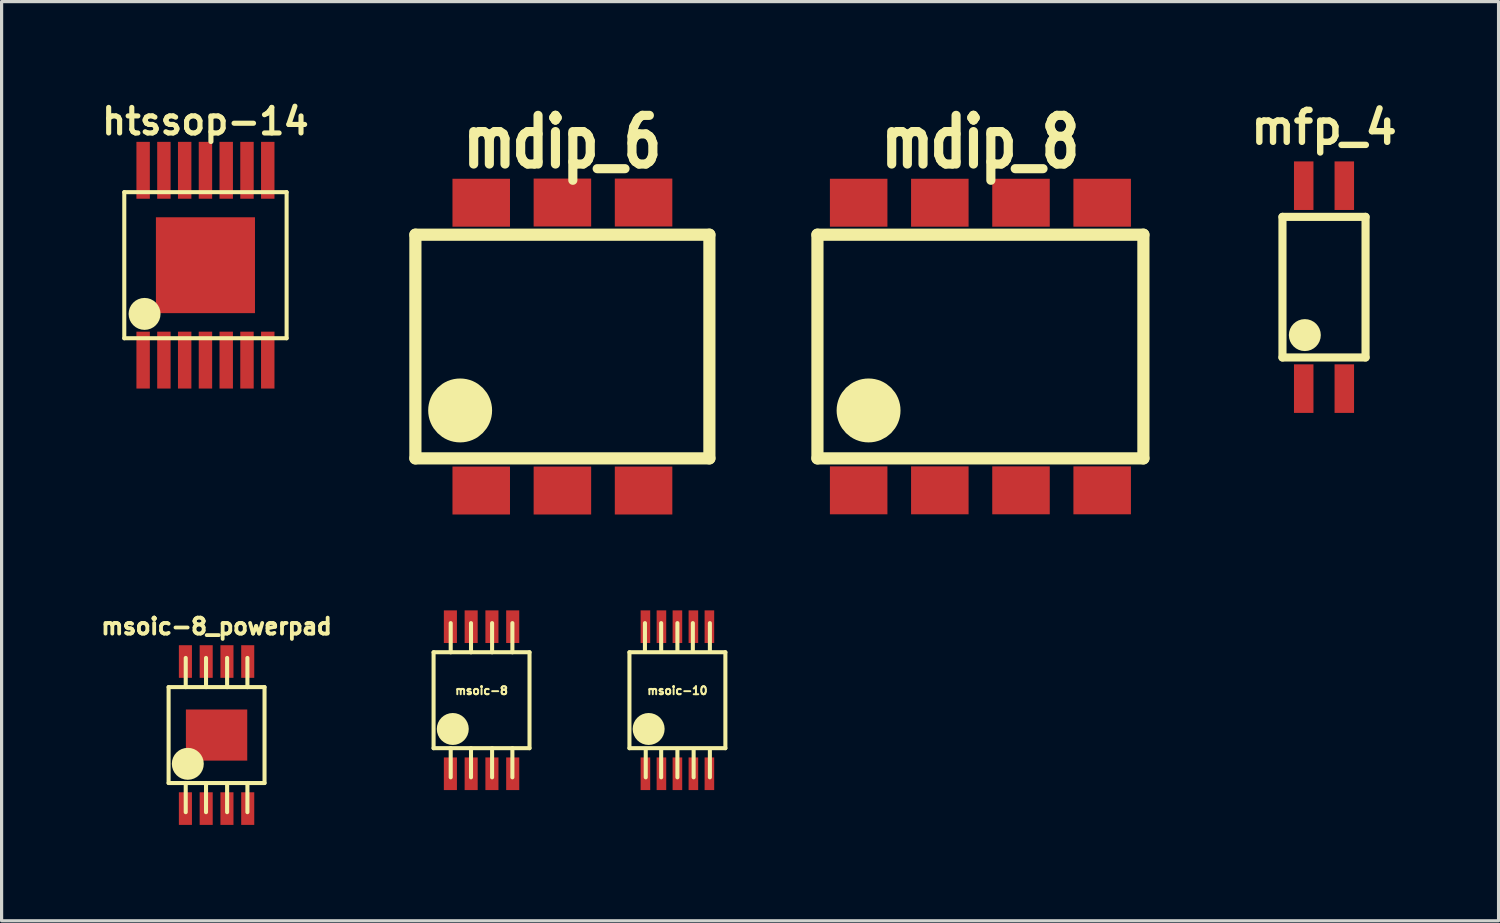
<source format=kicad_pcb>
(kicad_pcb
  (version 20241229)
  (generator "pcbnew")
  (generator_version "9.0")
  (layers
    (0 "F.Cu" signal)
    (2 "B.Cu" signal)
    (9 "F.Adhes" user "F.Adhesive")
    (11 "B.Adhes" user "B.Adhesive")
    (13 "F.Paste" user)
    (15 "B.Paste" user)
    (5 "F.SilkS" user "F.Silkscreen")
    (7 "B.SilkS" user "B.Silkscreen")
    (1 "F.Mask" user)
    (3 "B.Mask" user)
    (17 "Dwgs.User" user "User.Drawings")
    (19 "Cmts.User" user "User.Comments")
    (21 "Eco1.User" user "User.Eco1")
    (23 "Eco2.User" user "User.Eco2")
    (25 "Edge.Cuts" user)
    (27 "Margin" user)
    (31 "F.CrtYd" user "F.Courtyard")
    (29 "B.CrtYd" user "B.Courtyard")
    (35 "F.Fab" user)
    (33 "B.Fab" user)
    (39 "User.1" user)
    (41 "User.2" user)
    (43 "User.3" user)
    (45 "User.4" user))
  (footprint "htssop-14"
    (layer "F.Cu")
    (at 3.379 5.249)
    (property "Reference" "htssop-14" (at 0 -4.5 0) (layer "F.SilkS") (effects (font (size 0.8 0.8) (thickness 0.16))))
    (attr smd)
    (fp_line (start -2.54 -2.286) (end -2.54 2.286) (stroke (width 0.127) (type solid)) (layer "F.SilkS"))
    (fp_line (start -2.54 2.286) (end 2.54 2.286) (stroke (width 0.127) (type solid)) (layer "F.SilkS"))
    (fp_line (start 2.54 -2.286) (end -2.54 -2.286) (stroke (width 0.127) (type solid)) (layer "F.SilkS"))
    (fp_line (start 2.54 2.286) (end 2.54 -2.286) (stroke (width 0.127) (type solid)) (layer "F.SilkS"))
    (fp_circle (center -1.905 1.524) (end -1.655 1.524) (stroke (width 0.5) (type solid)) (fill no) (layer "F.SilkS"))
    (pad "1" smd rect (at -1.95 2.97) (size 0.42 1.78) (layers "F.Cu" "F.Mask" "F.Paste"))
    (pad "2" smd rect (at -1.3 2.97) (size 0.42 1.78) (layers "F.Cu" "F.Mask" "F.Paste"))
    (pad "3" smd rect (at -0.65 2.97) (size 0.42 1.78) (layers "F.Cu" "F.Mask" "F.Paste"))
    (pad "4" smd rect (at 0 2.97) (size 0.42 1.78) (layers "F.Cu" "F.Mask" "F.Paste"))
    (pad "5" smd rect (at 0.65 2.97) (size 0.42 1.78) (layers "F.Cu" "F.Mask" "F.Paste"))
    (pad "6" smd rect (at 1.3 2.97) (size 0.42 1.78) (layers "F.Cu" "F.Mask" "F.Paste"))
    (pad "7" smd rect (at 1.95 2.97) (size 0.42 1.78) (layers "F.Cu" "F.Mask" "F.Paste"))
    (pad "8" smd rect (at 1.95 -2.97) (size 0.42 1.78) (layers "F.Cu" "F.Mask" "F.Paste"))
    (pad "9" smd rect (at 1.3 -2.97) (size 0.42 1.78) (layers "F.Cu" "F.Mask" "F.Paste"))
    (pad "10" smd rect (at 0.65 -2.97) (size 0.42 1.78) (layers "F.Cu" "F.Mask" "F.Paste"))
    (pad "11" smd rect (at 0 -2.97) (size 0.42 1.78) (layers "F.Cu" "F.Mask" "F.Paste"))
    (pad "12" smd rect (at -0.65 -2.97) (size 0.42 1.78) (layers "F.Cu" "F.Mask" "F.Paste"))
    (pad "13" smd rect (at -1.3 -2.97) (size 0.42 1.78) (layers "F.Cu" "F.Mask" "F.Paste"))
    (pad "14" smd rect (at -1.95 -2.97) (size 0.42 1.78) (layers "F.Cu" "F.Mask" "F.Paste"))
    (pad "15" smd rect (at 0 0) (size 3.1 3) (layers "F.Cu" "F.Mask" "F.Paste")))
  (footprint "mfp_4"
    (layer "F.Cu")
    (at 38.382 5.936)
    (property "Reference" "mfp_4" (at 0 -5 0) (layer "F.SilkS") (effects (font (size 1 1) (thickness 0.2))))
    (attr smd)
    (fp_line (start -1.3 -2.2) (end -1.3 2.2) (stroke (width 0.254) (type solid)) (layer "F.SilkS"))
    (fp_line (start -1.3 2.2) (end 1.3 2.2) (stroke (width 0.254) (type solid)) (layer "F.SilkS"))
    (fp_line (start 1.3 -2.2) (end -1.3 -2.2) (stroke (width 0.254) (type solid)) (layer "F.SilkS"))
    (fp_line (start 1.3 2.2) (end 1.3 -2.2) (stroke (width 0.254) (type solid)) (layer "F.SilkS"))
    (fp_circle (center -0.6 1.5) (end -0.35 1.5) (stroke (width 0.5) (type solid)) (fill no) (layer "F.SilkS"))
    (pad "1" smd rect (at -0.635 3.175) (size 0.61 1.52) (layers "F.Cu" "F.Mask" "F.Paste"))
    (pad "2" smd rect (at 0.635 3.175) (size 0.61 1.52) (layers "F.Cu" "F.Mask" "F.Paste"))
    (pad "3" smd rect (at 0.635 -3.175) (size 0.61 1.52) (layers "F.Cu" "F.Mask" "F.Paste"))
    (pad "4" smd rect (at -0.635 -3.175) (size 0.61 1.52) (layers "F.Cu" "F.Mask" "F.Paste")))
  (footprint "mdip_8"
    (layer "F.Cu")
    (at 27.63 7.794)
    (property "Reference" "mdip_8" (at 0 -6.401 0) (layer "F.SilkS") (effects (font (size 1.524 1.143) (thickness 0.287))))
    (attr smd)
    (fp_line (start -5.1 -3.5) (end -5.1 3.5) (stroke (width 0.381) (type solid)) (layer "F.SilkS"))
    (fp_line (start -5.1 3.5) (end 5.1 3.5) (stroke (width 0.381) (type solid)) (layer "F.SilkS"))
    (fp_line (start 5.1 -3.5) (end -5.1 -3.5) (stroke (width 0.381) (type solid)) (layer "F.SilkS"))
    (fp_line (start 5.1 3.5) (end 5.1 -3.5) (stroke (width 0.381) (type solid)) (layer "F.SilkS"))
    (fp_circle (center -3.5 2) (end -3 2) (stroke (width 1) (type solid)) (fill no) (layer "F.SilkS"))
    (pad "1" smd rect (at -3.81 4.5) (size 1.8 1.5) (layers "F.Cu" "F.Mask" "F.Paste"))
    (pad "2" smd rect (at -1.27 4.5) (size 1.8 1.5) (layers "F.Cu" "F.Mask" "F.Paste"))
    (pad "3" smd rect (at 1.27 4.5) (size 1.8 1.5) (layers "F.Cu" "F.Mask" "F.Paste"))
    (pad "4" smd rect (at 3.81 4.5) (size 1.8 1.5) (layers "F.Cu" "F.Mask" "F.Paste"))
    (pad "5" smd rect (at 3.81 -4.5) (size 1.8 1.5) (layers "F.Cu" "F.Mask" "F.Paste"))
    (pad "6" smd rect (at 1.27 -4.5) (size 1.8 1.5) (layers "F.Cu" "F.Mask" "F.Paste"))
    (pad "7" smd rect (at -1.27 -4.5) (size 1.8 1.5) (layers "F.Cu" "F.Mask" "F.Paste"))
    (pad "8" smd rect (at -3.81 -4.5) (size 1.8 1.5) (layers "F.Cu" "F.Mask" "F.Paste")))
  (footprint "mdip_6"
    (layer "F.Cu")
    (at 14.549 7.794)
    (property "Reference" "mdip_6" (at 0 -6.401 0) (layer "F.SilkS") (effects (font (size 1.524 1.143) (thickness 0.287))))
    (attr smd)
    (fp_line (start -4.6 -3.5) (end -4.6 3.5) (stroke (width 0.381) (type solid)) (layer "F.SilkS"))
    (fp_line (start -4.6 3.5) (end 4.6 3.5) (stroke (width 0.381) (type solid)) (layer "F.SilkS"))
    (fp_line (start 4.6 -3.5) (end -4.6 -3.5) (stroke (width 0.381) (type solid)) (layer "F.SilkS"))
    (fp_line (start 4.6 3.5) (end 4.6 -3.5) (stroke (width 0.381) (type solid)) (layer "F.SilkS"))
    (fp_circle (center -3.2 2) (end -2.7 2) (stroke (width 1) (type solid)) (fill no) (layer "F.SilkS"))
    (pad "1" smd rect (at -2.54 4.506) (size 1.8 1.5) (layers "F.Cu" "F.Mask" "F.Paste"))
    (pad "2" smd rect (at 0 4.506) (size 1.8 1.5) (layers "F.Cu" "F.Mask" "F.Paste"))
    (pad "3" smd rect (at 2.54 4.506) (size 1.8 1.5) (layers "F.Cu" "F.Mask" "F.Paste"))
    (pad "4" smd rect (at 2.54 -4.506) (size 1.8 1.5) (layers "F.Cu" "F.Mask" "F.Paste"))
    (pad "5" smd rect (at 0 -4.506) (size 1.8 1.5) (layers "F.Cu" "F.Mask" "F.Paste"))
    (pad "6" smd rect (at -2.54 -4.5) (size 1.8 1.5) (layers "F.Cu" "F.Mask" "F.Paste")))
  (footprint "msoic-10"
    (layer "F.Cu")
    (at 18.148 18.862)
    (property "Reference" "msoic-10" (at 0 -0.3 0) (layer "F.SilkS") (effects (font (size 0.249 0.249) (thickness 0.061))))
    (attr smd)
    (fp_line (start -1.501 -1.501) (end -1.501 1.501) (stroke (width 0.127) (type solid)) (layer "F.SilkS"))
    (fp_line (start -1.501 1.501) (end 1.501 1.501) (stroke (width 0.127) (type solid)) (layer "F.SilkS"))
    (fp_line (start -1.016 -2.413) (end -1.016 -1.524) (stroke (width 0.127) (type solid)) (layer "F.SilkS"))
    (fp_line (start -0.991 2.413) (end -0.991 1.524) (stroke (width 0.127) (type solid)) (layer "F.SilkS"))
    (fp_line (start -0.508 -2.413) (end -0.508 -1.524) (stroke (width 0.127) (type solid)) (layer "F.SilkS"))
    (fp_line (start -0.508 2.413) (end -0.508 1.524) (stroke (width 0.127) (type solid)) (layer "F.SilkS"))
    (fp_line (start 0 -2.413) (end 0 -1.524) (stroke (width 0.127) (type solid)) (layer "F.SilkS"))
    (fp_line (start 0 2.413) (end 0 1.524) (stroke (width 0.127) (type solid)) (layer "F.SilkS"))
    (fp_line (start 0.483 -2.413) (end 0.483 -1.524) (stroke (width 0.127) (type solid)) (layer "F.SilkS"))
    (fp_line (start 0.508 2.413) (end 0.508 1.524) (stroke (width 0.127) (type solid)) (layer "F.SilkS"))
    (fp_line (start 1.016 -2.413) (end 1.016 -1.524) (stroke (width 0.127) (type solid)) (layer "F.SilkS"))
    (fp_line (start 1.016 2.413) (end 1.016 1.524) (stroke (width 0.127) (type solid)) (layer "F.SilkS"))
    (fp_line (start 1.501 -1.501) (end -1.501 -1.501) (stroke (width 0.127) (type solid)) (layer "F.SilkS"))
    (fp_line (start 1.501 1.501) (end 1.501 -1.501) (stroke (width 0.127) (type solid)) (layer "F.SilkS"))
    (fp_circle (center -0.9 0.9) (end -0.65 0.9) (stroke (width 0.5) (type solid)) (fill no) (layer "F.SilkS"))
    (pad "1" smd rect (at -1.001 2.301) (size 0.3 1.021) (layers "F.Cu" "F.Mask" "F.Paste"))
    (pad "2" smd rect (at -0.5 2.301) (size 0.3 1.021) (layers "F.Cu" "F.Mask" "F.Paste"))
    (pad "3" smd rect (at 0 2.301) (size 0.3 1.021) (layers "F.Cu" "F.Mask" "F.Paste"))
    (pad "4" smd rect (at 0.5 2.301) (size 0.3 1.021) (layers "F.Cu" "F.Mask" "F.Paste"))
    (pad "5" smd rect (at 1.001 2.301) (size 0.3 1.021) (layers "F.Cu" "F.Mask" "F.Paste"))
    (pad "6" smd rect (at 1.001 -2.301) (size 0.3 1.021) (layers "F.Cu" "F.Mask" "F.Paste"))
    (pad "7" smd rect (at 0.5 -2.301) (size 0.3 1.021) (layers "F.Cu" "F.Mask" "F.Paste"))
    (pad "8" smd rect (at 0 -2.301) (size 0.3 1.021) (layers "F.Cu" "F.Mask" "F.Paste"))
    (pad "9" smd rect (at -0.5 -2.301) (size 0.3 1.021) (layers "F.Cu" "F.Mask" "F.Paste"))
    (pad "10" smd rect (at -1.001 -2.301) (size 0.3 1.021) (layers "F.Cu" "F.Mask" "F.Paste")))
  (footprint "msoic-8"
    (layer "F.Cu")
    (at 12.019 18.862)
    (property "Reference" "msoic-8" (at 0 -0.3 0) (layer "F.SilkS") (effects (font (size 0.249 0.249) (thickness 0.061))))
    (attr smd)
    (fp_line (start -1.501 -1.501) (end -1.501 1.501) (stroke (width 0.127) (type solid)) (layer "F.SilkS"))
    (fp_line (start -1.501 1.501) (end 1.501 1.501) (stroke (width 0.127) (type solid)) (layer "F.SilkS"))
    (fp_line (start -0.965 -1.499) (end -0.965 -2.413) (stroke (width 0.127) (type solid)) (layer "F.SilkS"))
    (fp_line (start -0.965 1.499) (end -0.965 2.413) (stroke (width 0.127) (type solid)) (layer "F.SilkS"))
    (fp_line (start -0.33 -1.499) (end -0.33 -2.413) (stroke (width 0.127) (type solid)) (layer "F.SilkS"))
    (fp_line (start -0.33 1.499) (end -0.33 2.413) (stroke (width 0.127) (type solid)) (layer "F.SilkS"))
    (fp_line (start 0.33 -1.499) (end 0.33 -2.413) (stroke (width 0.127) (type solid)) (layer "F.SilkS"))
    (fp_line (start 0.33 1.499) (end 0.33 2.413) (stroke (width 0.127) (type solid)) (layer "F.SilkS"))
    (fp_line (start 0.965 -1.499) (end 0.965 -2.413) (stroke (width 0.127) (type solid)) (layer "F.SilkS"))
    (fp_line (start 0.965 1.499) (end 0.965 2.413) (stroke (width 0.127) (type solid)) (layer "F.SilkS"))
    (fp_line (start 1.501 -1.501) (end -1.501 -1.501) (stroke (width 0.127) (type solid)) (layer "F.SilkS"))
    (fp_line (start 1.501 1.501) (end 1.501 -1.501) (stroke (width 0.127) (type solid)) (layer "F.SilkS"))
    (fp_circle (center -0.9 0.9) (end -0.65 0.9) (stroke (width 0.5) (type solid)) (fill no) (layer "F.SilkS"))
    (pad "1" smd rect (at -0.975 2.301) (size 0.409 1.021) (layers "F.Cu" "F.Mask" "F.Paste"))
    (pad "2" smd rect (at -0.325 2.301) (size 0.409 1.021) (layers "F.Cu" "F.Mask" "F.Paste"))
    (pad "3" smd rect (at 0.325 2.301) (size 0.409 1.021) (layers "F.Cu" "F.Mask" "F.Paste"))
    (pad "4" smd rect (at 0.975 2.301) (size 0.409 1.021) (layers "F.Cu" "F.Mask" "F.Paste"))
    (pad "5" smd rect (at 0.975 -2.301) (size 0.409 1.021) (layers "F.Cu" "F.Mask" "F.Paste"))
    (pad "6" smd rect (at 0.325 -2.301) (size 0.409 1.021) (layers "F.Cu" "F.Mask" "F.Paste"))
    (pad "7" smd rect (at -0.325 -2.301) (size 0.409 1.021) (layers "F.Cu" "F.Mask" "F.Paste"))
    (pad "8" smd rect (at -0.975 -2.301) (size 0.409 1.021) (layers "F.Cu" "F.Mask" "F.Paste")))
  (footprint "msoic-8_powerpad"
    (layer "F.Cu")
    (at 3.727 19.952)
    (property "Reference" "msoic-8_powerpad" (at 0 -3.4 180) (layer "F.SilkS") (effects (font (size 0.5 0.5) (thickness 0.119))))
    (attr smd)
    (fp_line (start -1.501 -1.501) (end -1.501 1.501) (stroke (width 0.127) (type solid)) (layer "F.SilkS"))
    (fp_line (start -1.501 1.501) (end 1.501 1.501) (stroke (width 0.127) (type solid)) (layer "F.SilkS"))
    (fp_line (start -0.965 -1.499) (end -0.965 -2.413) (stroke (width 0.127) (type solid)) (layer "F.SilkS"))
    (fp_line (start -0.965 1.499) (end -0.965 2.413) (stroke (width 0.127) (type solid)) (layer "F.SilkS"))
    (fp_line (start -0.33 -1.499) (end -0.33 -2.413) (stroke (width 0.127) (type solid)) (layer "F.SilkS"))
    (fp_line (start -0.33 1.499) (end -0.33 2.413) (stroke (width 0.127) (type solid)) (layer "F.SilkS"))
    (fp_line (start 0.33 -1.499) (end 0.33 -2.413) (stroke (width 0.127) (type solid)) (layer "F.SilkS"))
    (fp_line (start 0.33 1.499) (end 0.33 2.413) (stroke (width 0.127) (type solid)) (layer "F.SilkS"))
    (fp_line (start 0.965 -1.499) (end 0.965 -2.413) (stroke (width 0.127) (type solid)) (layer "F.SilkS"))
    (fp_line (start 0.965 1.499) (end 0.965 2.413) (stroke (width 0.127) (type solid)) (layer "F.SilkS"))
    (fp_line (start 1.501 -1.501) (end -1.501 -1.501) (stroke (width 0.127) (type solid)) (layer "F.SilkS"))
    (fp_line (start 1.501 1.501) (end 1.501 -1.501) (stroke (width 0.127) (type solid)) (layer "F.SilkS"))
    (fp_circle (center -0.9 0.9) (end -0.65 0.9) (stroke (width 0.5) (type solid)) (fill no) (layer "F.SilkS"))
    (pad "1" smd rect (at -0.975 2.301) (size 0.409 1.021) (layers "F.Cu" "F.Mask" "F.Paste"))
    (pad "2" smd rect (at -0.325 2.301) (size 0.409 1.021) (layers "F.Cu" "F.Mask" "F.Paste"))
    (pad "3" smd rect (at 0.325 2.301) (size 0.409 1.021) (layers "F.Cu" "F.Mask" "F.Paste"))
    (pad "4" smd rect (at 0.975 2.301) (size 0.409 1.021) (layers "F.Cu" "F.Mask" "F.Paste"))
    (pad "5" smd rect (at 0.975 -2.301) (size 0.409 1.021) (layers "F.Cu" "F.Mask" "F.Paste"))
    (pad "6" smd rect (at 0.325 -2.301) (size 0.409 1.021) (layers "F.Cu" "F.Mask" "F.Paste"))
    (pad "7" smd rect (at -0.325 -2.301) (size 0.409 1.021) (layers "F.Cu" "F.Mask" "F.Paste"))
    (pad "8" smd rect (at -0.975 -2.301) (size 0.409 1.021) (layers "F.Cu" "F.Mask" "F.Paste"))
    (pad "9" smd rect (at 0 0) (size 1.92 1.6) (layers "F.Cu" "F.Mask" "F.Paste")))
  (gr_rect
    (start -3 -3)
    (end 43.844 25.764)
    (stroke (width 0.1) (type default))
    (fill no)
    (layer "Edge.Cuts")))
</source>
